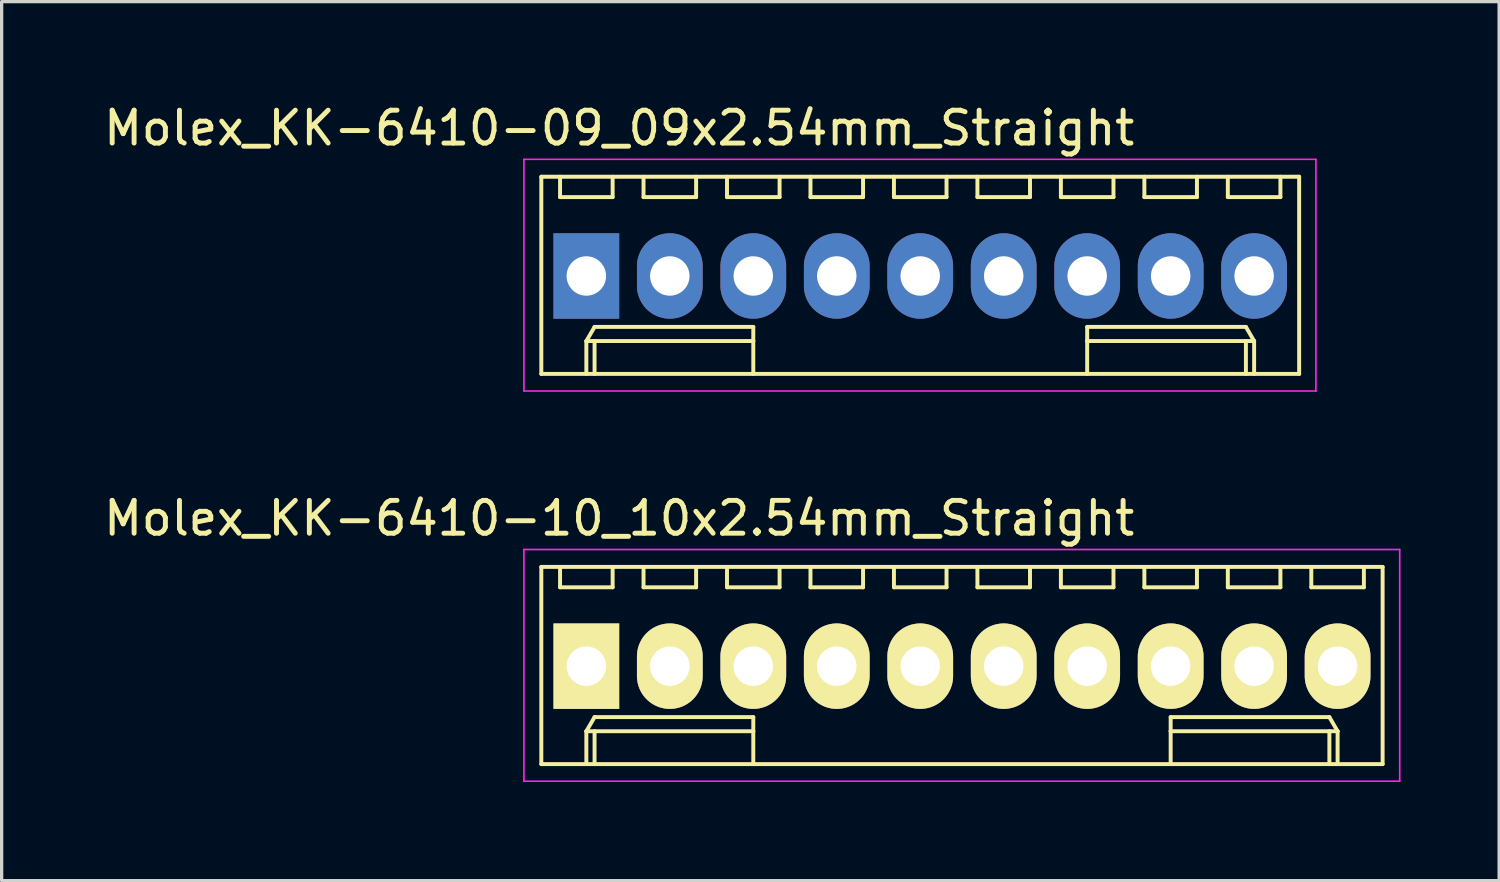
<source format=kicad_pcb>
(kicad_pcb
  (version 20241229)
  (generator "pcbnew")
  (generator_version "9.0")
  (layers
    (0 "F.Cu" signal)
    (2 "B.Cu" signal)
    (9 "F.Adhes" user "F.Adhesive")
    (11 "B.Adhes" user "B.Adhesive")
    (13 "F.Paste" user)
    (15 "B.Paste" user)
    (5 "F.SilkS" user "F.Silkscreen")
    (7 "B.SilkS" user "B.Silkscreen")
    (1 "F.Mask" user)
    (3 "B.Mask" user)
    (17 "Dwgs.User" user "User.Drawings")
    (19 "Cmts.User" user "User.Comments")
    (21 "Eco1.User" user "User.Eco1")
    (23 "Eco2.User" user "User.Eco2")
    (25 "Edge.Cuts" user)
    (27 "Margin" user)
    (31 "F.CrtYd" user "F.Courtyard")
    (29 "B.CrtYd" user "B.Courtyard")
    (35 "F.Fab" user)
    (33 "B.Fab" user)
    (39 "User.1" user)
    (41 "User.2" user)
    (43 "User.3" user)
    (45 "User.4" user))
  (footprint "Molex_KK-6410-10_10x2.54mm_Straight"
    (layer "F.Cu")
    (at 14.792 17.221)
    (property "Reference" "Molex_KK-6410-10_10x2.54mm_Straight" (at 1 -4.5 0) (layer "F.SilkS") (effects (font (size 1 1) (thickness 0.15))))
    (attr through_hole)
    (fp_line (start -1.37 -3.02) (end -1.37 2.98) (stroke (width 0.12) (type solid)) (layer "F.SilkS"))
    (fp_line (start -1.37 2.98) (end 24.23 2.98) (stroke (width 0.12) (type solid)) (layer "F.SilkS"))
    (fp_line (start -0.8 -3.02) (end -0.8 -2.4) (stroke (width 0.12) (type solid)) (layer "F.SilkS"))
    (fp_line (start -0.8 -2.4) (end 0.8 -2.4) (stroke (width 0.12) (type solid)) (layer "F.SilkS"))
    (fp_line (start 0 1.98) (end 0.25 1.55) (stroke (width 0.12) (type solid)) (layer "F.SilkS"))
    (fp_line (start 0 1.98) (end 5.08 1.98) (stroke (width 0.12) (type solid)) (layer "F.SilkS"))
    (fp_line (start 0 2.98) (end 0 1.98) (stroke (width 0.12) (type solid)) (layer "F.SilkS"))
    (fp_line (start 0.25 1.55) (end 5.08 1.55) (stroke (width 0.12) (type solid)) (layer "F.SilkS"))
    (fp_line (start 0.25 2.98) (end 0.25 1.98) (stroke (width 0.12) (type solid)) (layer "F.SilkS"))
    (fp_line (start 0.8 -2.4) (end 0.8 -3.02) (stroke (width 0.12) (type solid)) (layer "F.SilkS"))
    (fp_line (start 1.74 -3.02) (end 1.74 -2.4) (stroke (width 0.12) (type solid)) (layer "F.SilkS"))
    (fp_line (start 1.74 -2.4) (end 3.34 -2.4) (stroke (width 0.12) (type solid)) (layer "F.SilkS"))
    (fp_line (start 3.34 -2.4) (end 3.34 -3.02) (stroke (width 0.12) (type solid)) (layer "F.SilkS"))
    (fp_line (start 4.28 -3.02) (end 4.28 -2.4) (stroke (width 0.12) (type solid)) (layer "F.SilkS"))
    (fp_line (start 4.28 -2.4) (end 5.88 -2.4) (stroke (width 0.12) (type solid)) (layer "F.SilkS"))
    (fp_line (start 5.08 1.55) (end 5.08 1.98) (stroke (width 0.12) (type solid)) (layer "F.SilkS"))
    (fp_line (start 5.08 1.98) (end 5.08 2.98) (stroke (width 0.12) (type solid)) (layer "F.SilkS"))
    (fp_line (start 5.88 -2.4) (end 5.88 -3.02) (stroke (width 0.12) (type solid)) (layer "F.SilkS"))
    (fp_line (start 6.82 -3.02) (end 6.82 -2.4) (stroke (width 0.12) (type solid)) (layer "F.SilkS"))
    (fp_line (start 6.82 -2.4) (end 8.42 -2.4) (stroke (width 0.12) (type solid)) (layer "F.SilkS"))
    (fp_line (start 8.42 -2.4) (end 8.42 -3.02) (stroke (width 0.12) (type solid)) (layer "F.SilkS"))
    (fp_line (start 9.36 -3.02) (end 9.36 -2.4) (stroke (width 0.12) (type solid)) (layer "F.SilkS"))
    (fp_line (start 9.36 -2.4) (end 10.96 -2.4) (stroke (width 0.12) (type solid)) (layer "F.SilkS"))
    (fp_line (start 10.96 -2.4) (end 10.96 -3.02) (stroke (width 0.12) (type solid)) (layer "F.SilkS"))
    (fp_line (start 11.9 -3.02) (end 11.9 -2.4) (stroke (width 0.12) (type solid)) (layer "F.SilkS"))
    (fp_line (start 11.9 -2.4) (end 13.5 -2.4) (stroke (width 0.12) (type solid)) (layer "F.SilkS"))
    (fp_line (start 13.5 -2.4) (end 13.5 -3.02) (stroke (width 0.12) (type solid)) (layer "F.SilkS"))
    (fp_line (start 14.44 -3.02) (end 14.44 -2.4) (stroke (width 0.12) (type solid)) (layer "F.SilkS"))
    (fp_line (start 14.44 -2.4) (end 16.04 -2.4) (stroke (width 0.12) (type solid)) (layer "F.SilkS"))
    (fp_line (start 16.04 -2.4) (end 16.04 -3.02) (stroke (width 0.12) (type solid)) (layer "F.SilkS"))
    (fp_line (start 16.98 -3.02) (end 16.98 -2.4) (stroke (width 0.12) (type solid)) (layer "F.SilkS"))
    (fp_line (start 16.98 -2.4) (end 18.58 -2.4) (stroke (width 0.12) (type solid)) (layer "F.SilkS"))
    (fp_line (start 17.78 1.55) (end 17.78 1.98) (stroke (width 0.12) (type solid)) (layer "F.SilkS"))
    (fp_line (start 17.78 1.98) (end 17.78 2.98) (stroke (width 0.12) (type solid)) (layer "F.SilkS"))
    (fp_line (start 18.58 -2.4) (end 18.58 -3.02) (stroke (width 0.12) (type solid)) (layer "F.SilkS"))
    (fp_line (start 19.52 -3.02) (end 19.52 -2.4) (stroke (width 0.12) (type solid)) (layer "F.SilkS"))
    (fp_line (start 19.52 -2.4) (end 21.12 -2.4) (stroke (width 0.12) (type solid)) (layer "F.SilkS"))
    (fp_line (start 21.12 -2.4) (end 21.12 -3.02) (stroke (width 0.12) (type solid)) (layer "F.SilkS"))
    (fp_line (start 22.06 -3.02) (end 22.06 -2.4) (stroke (width 0.12) (type solid)) (layer "F.SilkS"))
    (fp_line (start 22.06 -2.4) (end 23.66 -2.4) (stroke (width 0.12) (type solid)) (layer "F.SilkS"))
    (fp_line (start 22.61 1.55) (end 17.78 1.55) (stroke (width 0.12) (type solid)) (layer "F.SilkS"))
    (fp_line (start 22.61 2.98) (end 22.61 1.98) (stroke (width 0.12) (type solid)) (layer "F.SilkS"))
    (fp_line (start 22.86 1.98) (end 17.78 1.98) (stroke (width 0.12) (type solid)) (layer "F.SilkS"))
    (fp_line (start 22.86 1.98) (end 22.61 1.55) (stroke (width 0.12) (type solid)) (layer "F.SilkS"))
    (fp_line (start 22.86 2.98) (end 22.86 1.98) (stroke (width 0.12) (type solid)) (layer "F.SilkS"))
    (fp_line (start 23.66 -2.4) (end 23.66 -3.02) (stroke (width 0.12) (type solid)) (layer "F.SilkS"))
    (fp_line (start 24.23 -3.02) (end -1.37 -3.02) (stroke (width 0.12) (type solid)) (layer "F.SilkS"))
    (fp_line (start 24.23 2.98) (end 24.23 -3.02) (stroke (width 0.12) (type solid)) (layer "F.SilkS"))
    (fp_line (start -1.9 -3.55) (end 24.75 -3.55) (stroke (width 0.05) (type solid)) (layer "F.CrtYd"))
    (fp_line (start -1.9 3.5) (end -1.9 -3.55) (stroke (width 0.05) (type solid)) (layer "F.CrtYd"))
    (fp_line (start 24.75 -3.55) (end 24.75 3.5) (stroke (width 0.05) (type solid)) (layer "F.CrtYd"))
    (fp_line (start 24.75 3.5) (end -1.9 3.5) (stroke (width 0.05) (type solid)) (layer "F.CrtYd"))
    (pad "1" thru_hole rect (at 0 0) (size 2 2.6) (drill 1.2) (layers "*.Cu" "*.Mask" "F.SilkS"))
    (pad "2" thru_hole oval (at 2.54 0) (size 2 2.6) (drill 1.2) (layers "*.Cu" "*.Mask" "F.SilkS"))
    (pad "3" thru_hole oval (at 5.08 0) (size 2 2.6) (drill 1.2) (layers "*.Cu" "*.Mask" "F.SilkS"))
    (pad "4" thru_hole oval (at 7.62 0) (size 2 2.6) (drill 1.2) (layers "*.Cu" "*.Mask" "F.SilkS"))
    (pad "5" thru_hole oval (at 10.16 0) (size 2 2.6) (drill 1.2) (layers "*.Cu" "*.Mask" "F.SilkS"))
    (pad "6" thru_hole oval (at 12.7 0) (size 2 2.6) (drill 1.2) (layers "*.Cu" "*.Mask" "F.SilkS"))
    (pad "7" thru_hole oval (at 15.24 0) (size 2 2.6) (drill 1.2) (layers "*.Cu" "*.Mask" "F.SilkS"))
    (pad "8" thru_hole oval (at 17.78 0) (size 2 2.6) (drill 1.2) (layers "*.Cu" "*.Mask" "F.SilkS"))
    (pad "9" thru_hole oval (at 20.32 0) (size 2 2.6) (drill 1.2) (layers "*.Cu" "*.Mask" "F.SilkS"))
    (pad "10" thru_hole oval (at 22.86 0) (size 2 2.6) (drill 1.2) (layers "*.Cu" "*.Mask" "F.SilkS")))
  (footprint "Molex_KK-6410-09_09x2.54mm_Straight"
    (layer "F.Cu")
    (at 14.792 5.348)
    (property "Reference" "Molex_KK-6410-09_09x2.54mm_Straight" (at 1 -4.5 0) (layer "F.SilkS") (effects (font (size 1 1) (thickness 0.15))))
    (attr through_hole)
    (fp_line (start -1.37 -3.02) (end -1.37 2.98) (stroke (width 0.12) (type solid)) (layer "F.SilkS"))
    (fp_line (start -1.37 2.98) (end 21.69 2.98) (stroke (width 0.12) (type solid)) (layer "F.SilkS"))
    (fp_line (start -0.8 -3.02) (end -0.8 -2.4) (stroke (width 0.12) (type solid)) (layer "F.SilkS"))
    (fp_line (start -0.8 -2.4) (end 0.8 -2.4) (stroke (width 0.12) (type solid)) (layer "F.SilkS"))
    (fp_line (start 0 1.98) (end 0.25 1.55) (stroke (width 0.12) (type solid)) (layer "F.SilkS"))
    (fp_line (start 0 1.98) (end 5.08 1.98) (stroke (width 0.12) (type solid)) (layer "F.SilkS"))
    (fp_line (start 0 2.98) (end 0 1.98) (stroke (width 0.12) (type solid)) (layer "F.SilkS"))
    (fp_line (start 0.25 1.55) (end 5.08 1.55) (stroke (width 0.12) (type solid)) (layer "F.SilkS"))
    (fp_line (start 0.25 2.98) (end 0.25 1.98) (stroke (width 0.12) (type solid)) (layer "F.SilkS"))
    (fp_line (start 0.8 -2.4) (end 0.8 -3.02) (stroke (width 0.12) (type solid)) (layer "F.SilkS"))
    (fp_line (start 1.74 -3.02) (end 1.74 -2.4) (stroke (width 0.12) (type solid)) (layer "F.SilkS"))
    (fp_line (start 1.74 -2.4) (end 3.34 -2.4) (stroke (width 0.12) (type solid)) (layer "F.SilkS"))
    (fp_line (start 3.34 -2.4) (end 3.34 -3.02) (stroke (width 0.12) (type solid)) (layer "F.SilkS"))
    (fp_line (start 4.28 -3.02) (end 4.28 -2.4) (stroke (width 0.12) (type solid)) (layer "F.SilkS"))
    (fp_line (start 4.28 -2.4) (end 5.88 -2.4) (stroke (width 0.12) (type solid)) (layer "F.SilkS"))
    (fp_line (start 5.08 1.55) (end 5.08 1.98) (stroke (width 0.12) (type solid)) (layer "F.SilkS"))
    (fp_line (start 5.08 1.98) (end 5.08 2.98) (stroke (width 0.12) (type solid)) (layer "F.SilkS"))
    (fp_line (start 5.88 -2.4) (end 5.88 -3.02) (stroke (width 0.12) (type solid)) (layer "F.SilkS"))
    (fp_line (start 6.82 -3.02) (end 6.82 -2.4) (stroke (width 0.12) (type solid)) (layer "F.SilkS"))
    (fp_line (start 6.82 -2.4) (end 8.42 -2.4) (stroke (width 0.12) (type solid)) (layer "F.SilkS"))
    (fp_line (start 8.42 -2.4) (end 8.42 -3.02) (stroke (width 0.12) (type solid)) (layer "F.SilkS"))
    (fp_line (start 9.36 -3.02) (end 9.36 -2.4) (stroke (width 0.12) (type solid)) (layer "F.SilkS"))
    (fp_line (start 9.36 -2.4) (end 10.96 -2.4) (stroke (width 0.12) (type solid)) (layer "F.SilkS"))
    (fp_line (start 10.96 -2.4) (end 10.96 -3.02) (stroke (width 0.12) (type solid)) (layer "F.SilkS"))
    (fp_line (start 11.9 -3.02) (end 11.9 -2.4) (stroke (width 0.12) (type solid)) (layer "F.SilkS"))
    (fp_line (start 11.9 -2.4) (end 13.5 -2.4) (stroke (width 0.12) (type solid)) (layer "F.SilkS"))
    (fp_line (start 13.5 -2.4) (end 13.5 -3.02) (stroke (width 0.12) (type solid)) (layer "F.SilkS"))
    (fp_line (start 14.44 -3.02) (end 14.44 -2.4) (stroke (width 0.12) (type solid)) (layer "F.SilkS"))
    (fp_line (start 14.44 -2.4) (end 16.04 -2.4) (stroke (width 0.12) (type solid)) (layer "F.SilkS"))
    (fp_line (start 15.24 1.55) (end 15.24 1.98) (stroke (width 0.12) (type solid)) (layer "F.SilkS"))
    (fp_line (start 15.24 1.98) (end 15.24 2.98) (stroke (width 0.12) (type solid)) (layer "F.SilkS"))
    (fp_line (start 16.04 -2.4) (end 16.04 -3.02) (stroke (width 0.12) (type solid)) (layer "F.SilkS"))
    (fp_line (start 16.98 -3.02) (end 16.98 -2.4) (stroke (width 0.12) (type solid)) (layer "F.SilkS"))
    (fp_line (start 16.98 -2.4) (end 18.58 -2.4) (stroke (width 0.12) (type solid)) (layer "F.SilkS"))
    (fp_line (start 18.58 -2.4) (end 18.58 -3.02) (stroke (width 0.12) (type solid)) (layer "F.SilkS"))
    (fp_line (start 19.52 -3.02) (end 19.52 -2.4) (stroke (width 0.12) (type solid)) (layer "F.SilkS"))
    (fp_line (start 19.52 -2.4) (end 21.12 -2.4) (stroke (width 0.12) (type solid)) (layer "F.SilkS"))
    (fp_line (start 20.07 1.55) (end 15.24 1.55) (stroke (width 0.12) (type solid)) (layer "F.SilkS"))
    (fp_line (start 20.07 2.98) (end 20.07 1.98) (stroke (width 0.12) (type solid)) (layer "F.SilkS"))
    (fp_line (start 20.32 1.98) (end 15.24 1.98) (stroke (width 0.12) (type solid)) (layer "F.SilkS"))
    (fp_line (start 20.32 1.98) (end 20.07 1.55) (stroke (width 0.12) (type solid)) (layer "F.SilkS"))
    (fp_line (start 20.32 2.98) (end 20.32 1.98) (stroke (width 0.12) (type solid)) (layer "F.SilkS"))
    (fp_line (start 21.12 -2.4) (end 21.12 -3.02) (stroke (width 0.12) (type solid)) (layer "F.SilkS"))
    (fp_line (start 21.69 -3.02) (end -1.37 -3.02) (stroke (width 0.12) (type solid)) (layer "F.SilkS"))
    (fp_line (start 21.69 2.98) (end 21.69 -3.02) (stroke (width 0.12) (type solid)) (layer "F.SilkS"))
    (fp_line (start -1.9 -3.55) (end 22.2 -3.55) (stroke (width 0.05) (type solid)) (layer "F.CrtYd"))
    (fp_line (start -1.9 3.5) (end -1.9 -3.55) (stroke (width 0.05) (type solid)) (layer "F.CrtYd"))
    (fp_line (start 22.2 -3.55) (end 22.2 3.5) (stroke (width 0.05) (type solid)) (layer "F.CrtYd"))
    (fp_line (start 22.2 3.5) (end -1.9 3.5) (stroke (width 0.05) (type solid)) (layer "F.CrtYd"))
    (pad "1" thru_hole rect (at 0 0) (size 2 2.6) (drill 1.2) (layers "*.Cu" "*.Mask"))
    (pad "2" thru_hole oval (at 2.54 0) (size 2 2.6) (drill 1.2) (layers "*.Cu" "*.Mask"))
    (pad "3" thru_hole oval (at 5.08 0) (size 2 2.6) (drill 1.2) (layers "*.Cu" "*.Mask"))
    (pad "4" thru_hole oval (at 7.62 0) (size 2 2.6) (drill 1.2) (layers "*.Cu" "*.Mask"))
    (pad "5" thru_hole oval (at 10.16 0) (size 2 2.6) (drill 1.2) (layers "*.Cu" "*.Mask"))
    (pad "6" thru_hole oval (at 12.7 0) (size 2 2.6) (drill 1.2) (layers "*.Cu" "*.Mask"))
    (pad "7" thru_hole oval (at 15.24 0) (size 2 2.6) (drill 1.2) (layers "*.Cu" "*.Mask"))
    (pad "8" thru_hole oval (at 17.78 0) (size 2 2.6) (drill 1.2) (layers "*.Cu" "*.Mask"))
    (pad "9" thru_hole oval (at 20.32 0) (size 2 2.6) (drill 1.2) (layers "*.Cu" "*.Mask")))
  (gr_rect
    (start -3 -3)
    (end 42.567 23.747)
    (stroke (width 0.1) (type default))
    (fill no)
    (layer "Edge.Cuts")))
</source>
